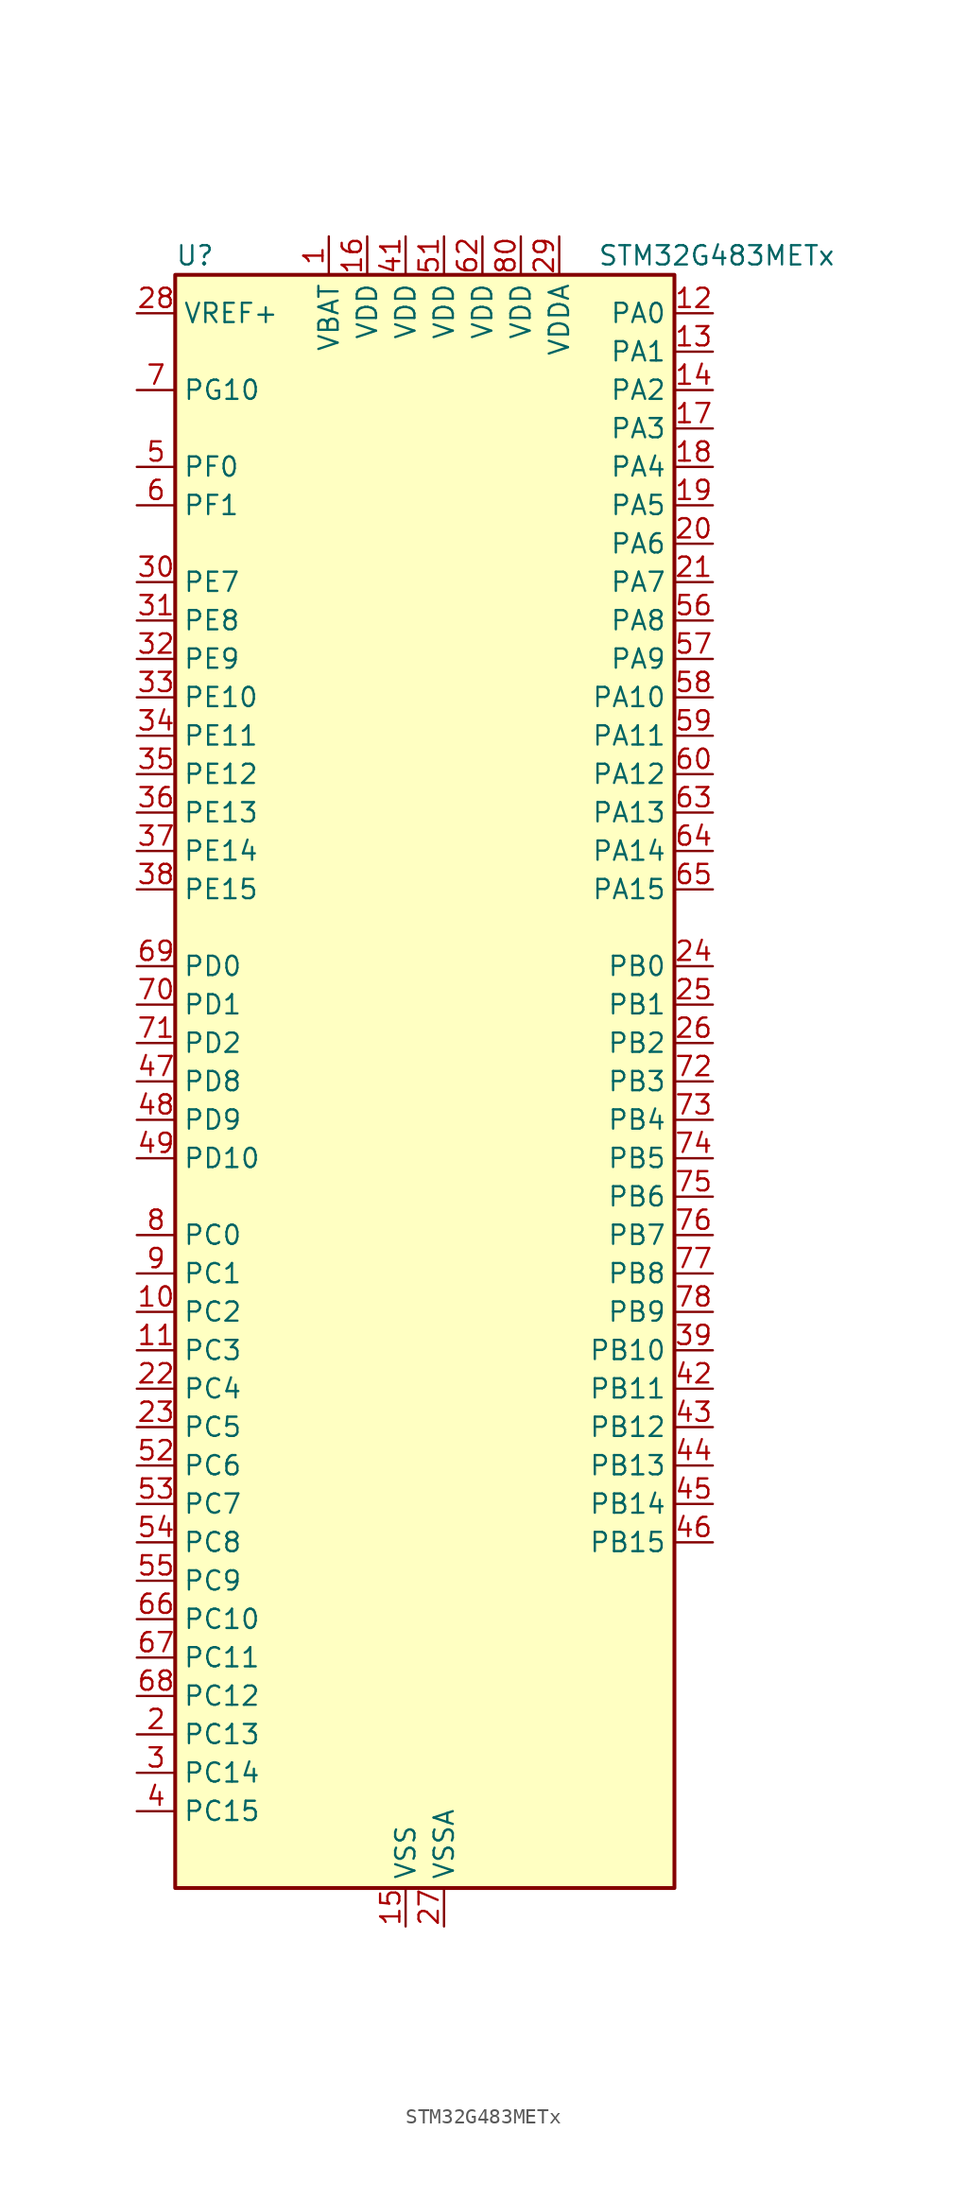
<source format=kicad_sym>
(kicad_symbol_lib
  (version 20220914)
  (generator kicad_symbol_editor)
  (symbol "STM32G483METx"
    (property "Reference" "U"
      (at -15.24 54.61 0)
      (effects (font (size 1.27 1.27)) (justify left)))
    (property "Value" "STM32G483METx"
      (at 12.7 54.61 0)
      (effects (font (size 1.27 1.27)) (justify left)))
    (property "ki_locked" ""
      (at 0 0 0)
      (effects (font (size 1.27 1.27))))
    (symbol "STM32G483METx_0_1"
      (rectangle (start -15.24 -53.34) (end 17.78 53.34) (stroke (width 0.254) (type default)) (fill (type background))))
    (symbol "STM32G483METx_1_1"
      (pin power_in line (at -5.08 55.88 270) (length 2.54) (name "VBAT" (effects (font (size 1.27 1.27)))) (number "1" (effects (font (size 1.27 1.27)))))
      (pin bidirectional line (at -17.78 -15.24 0) (length 2.54) (name "PC2" (effects (font (size 1.27 1.27)))) (number "10" (effects (font (size 1.27 1.27)))) (alternate "ADC1_IN8" bidirectional line) (alternate "ADC2_IN8" bidirectional line) (alternate "ADC3_EXTI2" bidirectional line) (alternate "ADC4_EXTI2" bidirectional line) (alternate "ADC5_EXTI2" bidirectional line) (alternate "COMP3_OUT" bidirectional line) (alternate "LPTIM1_IN2" bidirectional line) (alternate "QUADSPI1_BK2_IO1" bidirectional line) (alternate "TIM1_CH3" bidirectional line) (alternate "TIM20_CH2" bidirectional line))
      (pin bidirectional line (at -17.78 -17.78 0) (length 2.54) (name "PC3" (effects (font (size 1.27 1.27)))) (number "11" (effects (font (size 1.27 1.27)))) (alternate "ADC1_IN9" bidirectional line) (alternate "ADC2_IN9" bidirectional line) (alternate "ADC3_EXTI3" bidirectional line) (alternate "ADC4_EXTI3" bidirectional line) (alternate "ADC5_EXTI3" bidirectional line) (alternate "LPTIM1_ETR" bidirectional line) (alternate "OPAMP5_VINP" bidirectional line) (alternate "OPAMP5_VINP_SEC" bidirectional line) (alternate "QUADSPI1_BK2_IO2" bidirectional line) (alternate "SAI1_D1" bidirectional line) (alternate "SAI1_SD_A" bidirectional line) (alternate "TIM1_BKIN2" bidirectional line) (alternate "TIM1_CH4" bidirectional line))
      (pin bidirectional line (at 20.32 50.8 180) (length 2.54) (name "PA0" (effects (font (size 1.27 1.27)))) (number "12" (effects (font (size 1.27 1.27)))) (alternate "ADC1_IN1" bidirectional line) (alternate "ADC2_IN1" bidirectional line) (alternate "COMP1_INM" bidirectional line) (alternate "COMP1_OUT" bidirectional line) (alternate "COMP3_INP" bidirectional line) (alternate "RTC_TAMP2" bidirectional line) (alternate "SYS_WKUP1" bidirectional line) (alternate "TIM2_CH1" bidirectional line) (alternate "TIM2_ETR" bidirectional line) (alternate "TIM5_CH1" bidirectional line) (alternate "TIM8_BKIN" bidirectional line) (alternate "TIM8_ETR" bidirectional line) (alternate "USART2_CTS" bidirectional line) (alternate "USART2_NSS" bidirectional line))
      (pin bidirectional line (at 20.32 48.26 180) (length 2.54) (name "PA1" (effects (font (size 1.27 1.27)))) (number "13" (effects (font (size 1.27 1.27)))) (alternate "ADC1_IN2" bidirectional line) (alternate "ADC2_IN2" bidirectional line) (alternate "COMP1_INP" bidirectional line) (alternate "OPAMP1_VINP" bidirectional line) (alternate "OPAMP1_VINP_SEC" bidirectional line) (alternate "OPAMP3_VINP" bidirectional line) (alternate "OPAMP3_VINP_SEC" bidirectional line) (alternate "OPAMP6_VINM" bidirectional line) (alternate "OPAMP6_VINM0" bidirectional line) (alternate "OPAMP6_VINM_SEC" bidirectional line) (alternate "RTC_REFIN" bidirectional line) (alternate "TIM15_CH1N" bidirectional line) (alternate "TIM2_CH2" bidirectional line) (alternate "TIM5_CH2" bidirectional line) (alternate "USART2_DE" bidirectional line) (alternate "USART2_RTS" bidirectional line))
      (pin bidirectional line (at 20.32 45.72 180) (length 2.54) (name "PA2" (effects (font (size 1.27 1.27)))) (number "14" (effects (font (size 1.27 1.27)))) (alternate "ADC1_IN3" bidirectional line) (alternate "ADC3_EXTI2" bidirectional line) (alternate "ADC4_EXTI2" bidirectional line) (alternate "ADC5_EXTI2" bidirectional line) (alternate "COMP2_INM" bidirectional line) (alternate "COMP2_OUT" bidirectional line) (alternate "LPUART1_TX" bidirectional line) (alternate "OPAMP1_VOUT" bidirectional line) (alternate "QUADSPI1_BK1_NCS" bidirectional line) (alternate "RCC_LSCO" bidirectional line) (alternate "SYS_WKUP4" bidirectional line) (alternate "TIM15_CH1" bidirectional line) (alternate "TIM2_CH3" bidirectional line) (alternate "TIM5_CH3" bidirectional line) (alternate "UCPD1_FRSTX1" bidirectional line) (alternate "UCPD1_FRSTX2" bidirectional line) (alternate "USART2_TX" bidirectional line))
      (pin power_in line (at 0 -55.88 90) (length 2.54) (name "VSS" (effects (font (size 1.27 1.27)))) (number "15" (effects (font (size 1.27 1.27)))))
      (pin power_in line (at -2.54 55.88 270) (length 2.54) (name "VDD" (effects (font (size 1.27 1.27)))) (number "16" (effects (font (size 1.27 1.27)))))
      (pin bidirectional line (at 20.32 43.18 180) (length 2.54) (name "PA3" (effects (font (size 1.27 1.27)))) (number "17" (effects (font (size 1.27 1.27)))) (alternate "ADC1_IN4" bidirectional line) (alternate "ADC3_EXTI3" bidirectional line) (alternate "ADC4_EXTI3" bidirectional line) (alternate "ADC5_EXTI3" bidirectional line) (alternate "COMP2_INP" bidirectional line) (alternate "LPUART1_RX" bidirectional line) (alternate "OPAMP1_VINM" bidirectional line) (alternate "OPAMP1_VINM0" bidirectional line) (alternate "OPAMP1_VINM_SEC" bidirectional line) (alternate "OPAMP1_VINP" bidirectional line) (alternate "OPAMP1_VINP_SEC" bidirectional line) (alternate "OPAMP5_VINM" bidirectional line) (alternate "OPAMP5_VINM1" bidirectional line) (alternate "OPAMP5_VINM_SEC" bidirectional line) (alternate "QUADSPI1_CLK" bidirectional line) (alternate "SAI1_CK1" bidirectional line) (alternate "SAI1_MCLK_A" bidirectional line) (alternate "TIM15_CH2" bidirectional line) (alternate "TIM2_CH4" bidirectional line) (alternate "TIM5_CH4" bidirectional line) (alternate "USART2_RX" bidirectional line))
      (pin bidirectional line (at 20.32 40.64 180) (length 2.54) (name "PA4" (effects (font (size 1.27 1.27)))) (number "18" (effects (font (size 1.27 1.27)))) (alternate "ADC2_IN17" bidirectional line) (alternate "COMP1_INM" bidirectional line) (alternate "DAC1_OUT1" bidirectional line) (alternate "I2S3_WS" bidirectional line) (alternate "SAI1_FS_B" bidirectional line) (alternate "SPI1_NSS" bidirectional line) (alternate "SPI3_NSS" bidirectional line) (alternate "TIM3_CH2" bidirectional line) (alternate "USART2_CK" bidirectional line))
      (pin bidirectional line (at 20.32 38.1 180) (length 2.54) (name "PA5" (effects (font (size 1.27 1.27)))) (number "19" (effects (font (size 1.27 1.27)))) (alternate "ADC2_IN13" bidirectional line) (alternate "COMP2_INM" bidirectional line) (alternate "DAC1_OUT2" bidirectional line) (alternate "OPAMP2_VINM" bidirectional line) (alternate "OPAMP2_VINM0" bidirectional line) (alternate "OPAMP2_VINM_SEC" bidirectional line) (alternate "SPI1_SCK" bidirectional line) (alternate "TIM2_CH1" bidirectional line) (alternate "TIM2_ETR" bidirectional line) (alternate "UCPD1_FRSTX1" bidirectional line) (alternate "UCPD1_FRSTX2" bidirectional line))
      (pin bidirectional line (at -17.78 -43.18 0) (length 2.54) (name "PC13" (effects (font (size 1.27 1.27)))) (number "2" (effects (font (size 1.27 1.27)))) (alternate "RTC_OUT1" bidirectional line) (alternate "RTC_TAMP1" bidirectional line) (alternate "RTC_TS" bidirectional line) (alternate "SYS_WKUP2" bidirectional line) (alternate "TIM1_BKIN" bidirectional line) (alternate "TIM1_CH1N" bidirectional line) (alternate "TIM8_CH4N" bidirectional line))
      (pin bidirectional line (at 20.32 35.56 180) (length 2.54) (name "PA6" (effects (font (size 1.27 1.27)))) (number "20" (effects (font (size 1.27 1.27)))) (alternate "ADC2_IN3" bidirectional line) (alternate "COMP1_OUT" bidirectional line) (alternate "DAC2_OUT1" bidirectional line) (alternate "LPUART1_CTS" bidirectional line) (alternate "OPAMP2_VOUT" bidirectional line) (alternate "QUADSPI1_BK1_IO3" bidirectional line) (alternate "SPI1_MISO" bidirectional line) (alternate "TIM16_CH1" bidirectional line) (alternate "TIM1_BKIN" bidirectional line) (alternate "TIM3_CH1" bidirectional line) (alternate "TIM8_BKIN" bidirectional line))
      (pin bidirectional line (at 20.32 33.02 180) (length 2.54) (name "PA7" (effects (font (size 1.27 1.27)))) (number "21" (effects (font (size 1.27 1.27)))) (alternate "ADC2_IN4" bidirectional line) (alternate "COMP2_INP" bidirectional line) (alternate "COMP2_OUT" bidirectional line) (alternate "OPAMP1_VINP" bidirectional line) (alternate "OPAMP1_VINP_SEC" bidirectional line) (alternate "OPAMP2_VINP" bidirectional line) (alternate "OPAMP2_VINP_SEC" bidirectional line) (alternate "QUADSPI1_BK1_IO2" bidirectional line) (alternate "SPI1_MOSI" bidirectional line) (alternate "TIM17_CH1" bidirectional line) (alternate "TIM1_CH1N" bidirectional line) (alternate "TIM3_CH2" bidirectional line) (alternate "TIM8_CH1N" bidirectional line) (alternate "UCPD1_FRSTX1" bidirectional line) (alternate "UCPD1_FRSTX2" bidirectional line))
      (pin bidirectional line (at -17.78 -20.32 0) (length 2.54) (name "PC4" (effects (font (size 1.27 1.27)))) (number "22" (effects (font (size 1.27 1.27)))) (alternate "ADC2_IN5" bidirectional line) (alternate "I2C2_SCL" bidirectional line) (alternate "QUADSPI1_BK2_IO3" bidirectional line) (alternate "TIM1_ETR" bidirectional line) (alternate "USART1_TX" bidirectional line))
      (pin bidirectional line (at -17.78 -22.86 0) (length 2.54) (name "PC5" (effects (font (size 1.27 1.27)))) (number "23" (effects (font (size 1.27 1.27)))) (alternate "ADC2_IN11" bidirectional line) (alternate "OPAMP1_VINM" bidirectional line) (alternate "OPAMP1_VINM1" bidirectional line) (alternate "OPAMP1_VINM_SEC" bidirectional line) (alternate "OPAMP2_VINM" bidirectional line) (alternate "OPAMP2_VINM1" bidirectional line) (alternate "OPAMP2_VINM_SEC" bidirectional line) (alternate "SAI1_D3" bidirectional line) (alternate "SYS_WKUP5" bidirectional line) (alternate "TIM15_BKIN" bidirectional line) (alternate "TIM1_CH4N" bidirectional line) (alternate "USART1_RX" bidirectional line))
      (pin bidirectional line (at 20.32 7.62 180) (length 2.54) (name "PB0" (effects (font (size 1.27 1.27)))) (number "24" (effects (font (size 1.27 1.27)))) (alternate "ADC1_IN15" bidirectional line) (alternate "ADC3_IN12" bidirectional line) (alternate "COMP4_INP" bidirectional line) (alternate "OPAMP2_VINP" bidirectional line) (alternate "OPAMP2_VINP_SEC" bidirectional line) (alternate "OPAMP3_VINP" bidirectional line) (alternate "OPAMP3_VINP_SEC" bidirectional line) (alternate "QUADSPI1_BK1_IO1" bidirectional line) (alternate "TIM1_CH2N" bidirectional line) (alternate "TIM3_CH3" bidirectional line) (alternate "TIM8_CH2N" bidirectional line) (alternate "UCPD1_FRSTX1" bidirectional line) (alternate "UCPD1_FRSTX2" bidirectional line))
      (pin bidirectional line (at 20.32 5.08 180) (length 2.54) (name "PB1" (effects (font (size 1.27 1.27)))) (number "25" (effects (font (size 1.27 1.27)))) (alternate "ADC1_IN12" bidirectional line) (alternate "ADC3_IN1" bidirectional line) (alternate "COMP1_INP" bidirectional line) (alternate "COMP4_OUT" bidirectional line) (alternate "LPUART1_DE" bidirectional line) (alternate "LPUART1_RTS" bidirectional line) (alternate "OPAMP3_VOUT" bidirectional line) (alternate "OPAMP6_VINM" bidirectional line) (alternate "OPAMP6_VINM1" bidirectional line) (alternate "OPAMP6_VINM_SEC" bidirectional line) (alternate "QUADSPI1_BK1_IO0" bidirectional line) (alternate "TIM1_CH3N" bidirectional line) (alternate "TIM3_CH4" bidirectional line) (alternate "TIM8_CH3N" bidirectional line))
      (pin bidirectional line (at 20.32 2.54 180) (length 2.54) (name "PB2" (effects (font (size 1.27 1.27)))) (number "26" (effects (font (size 1.27 1.27)))) (alternate "ADC2_IN12" bidirectional line) (alternate "ADC3_EXTI2" bidirectional line) (alternate "ADC4_EXTI2" bidirectional line) (alternate "ADC5_EXTI2" bidirectional line) (alternate "COMP4_INM" bidirectional line) (alternate "I2C3_SMBA" bidirectional line) (alternate "LPTIM1_OUT" bidirectional line) (alternate "OPAMP3_VINM" bidirectional line) (alternate "OPAMP3_VINM0" bidirectional line) (alternate "OPAMP3_VINM_SEC" bidirectional line) (alternate "QUADSPI1_BK2_IO1" bidirectional line) (alternate "RTC_OUT2" bidirectional line) (alternate "TIM20_CH1" bidirectional line) (alternate "TIM5_CH1" bidirectional line))
      (pin power_in line (at 2.54 -55.88 90) (length 2.54) (name "VSSA" (effects (font (size 1.27 1.27)))) (number "27" (effects (font (size 1.27 1.27)))))
      (pin input line (at -17.78 50.8 0) (length 2.54) (name "VREF+" (effects (font (size 1.27 1.27)))) (number "28" (effects (font (size 1.27 1.27)))) (alternate "VREFBUF_OUT" bidirectional line))
      (pin power_in line (at 10.16 55.88 270) (length 2.54) (name "VDDA" (effects (font (size 1.27 1.27)))) (number "29" (effects (font (size 1.27 1.27)))))
      (pin bidirectional line (at -17.78 -45.72 0) (length 2.54) (name "PC14" (effects (font (size 1.27 1.27)))) (number "3" (effects (font (size 1.27 1.27)))) (alternate "RCC_OSC32_IN" bidirectional line))
      (pin bidirectional line (at -17.78 33.02 0) (length 2.54) (name "PE7" (effects (font (size 1.27 1.27)))) (number "30" (effects (font (size 1.27 1.27)))) (alternate "ADC3_IN4" bidirectional line) (alternate "COMP4_INP" bidirectional line) (alternate "SAI1_SD_B" bidirectional line) (alternate "TIM1_ETR" bidirectional line))
      (pin bidirectional line (at -17.78 30.48 0) (length 2.54) (name "PE8" (effects (font (size 1.27 1.27)))) (number "31" (effects (font (size 1.27 1.27)))) (alternate "ADC3_IN6" bidirectional line) (alternate "ADC4_IN6" bidirectional line) (alternate "ADC5_IN6" bidirectional line) (alternate "COMP4_INM" bidirectional line) (alternate "SAI1_SCK_B" bidirectional line) (alternate "TIM1_CH1N" bidirectional line) (alternate "TIM5_CH3" bidirectional line))
      (pin bidirectional line (at -17.78 27.94 0) (length 2.54) (name "PE9" (effects (font (size 1.27 1.27)))) (number "32" (effects (font (size 1.27 1.27)))) (alternate "ADC3_IN2" bidirectional line) (alternate "DAC1_EXTI9" bidirectional line) (alternate "DAC2_EXTI9" bidirectional line) (alternate "DAC3_EXTI9" bidirectional line) (alternate "DAC4_EXTI9" bidirectional line) (alternate "SAI1_FS_B" bidirectional line) (alternate "TIM1_CH1" bidirectional line) (alternate "TIM5_CH4" bidirectional line))
      (pin bidirectional line (at -17.78 25.4 0) (length 2.54) (name "PE10" (effects (font (size 1.27 1.27)))) (number "33" (effects (font (size 1.27 1.27)))) (alternate "ADC3_IN14" bidirectional line) (alternate "ADC4_IN14" bidirectional line) (alternate "ADC5_IN14" bidirectional line) (alternate "DAC1_EXTI10" bidirectional line) (alternate "DAC2_EXTI10" bidirectional line) (alternate "DAC3_EXTI10" bidirectional line) (alternate "DAC4_EXTI10" bidirectional line) (alternate "QUADSPI1_CLK" bidirectional line) (alternate "SAI1_MCLK_B" bidirectional line) (alternate "TIM1_CH2N" bidirectional line))
      (pin bidirectional line (at -17.78 22.86 0) (length 2.54) (name "PE11" (effects (font (size 1.27 1.27)))) (number "34" (effects (font (size 1.27 1.27)))) (alternate "ADC1_EXTI11" bidirectional line) (alternate "ADC2_EXTI11" bidirectional line) (alternate "ADC3_IN15" bidirectional line) (alternate "ADC4_IN15" bidirectional line) (alternate "ADC5_IN15" bidirectional line) (alternate "QUADSPI1_BK1_NCS" bidirectional line) (alternate "SPI4_NSS" bidirectional line) (alternate "TIM1_CH2" bidirectional line))
      (pin bidirectional line (at -17.78 20.32 0) (length 2.54) (name "PE12" (effects (font (size 1.27 1.27)))) (number "35" (effects (font (size 1.27 1.27)))) (alternate "ADC3_IN16" bidirectional line) (alternate "ADC4_IN16" bidirectional line) (alternate "ADC5_IN16" bidirectional line) (alternate "QUADSPI1_BK1_IO0" bidirectional line) (alternate "SPI4_SCK" bidirectional line) (alternate "TIM1_CH3N" bidirectional line))
      (pin bidirectional line (at -17.78 17.78 0) (length 2.54) (name "PE13" (effects (font (size 1.27 1.27)))) (number "36" (effects (font (size 1.27 1.27)))) (alternate "ADC3_IN3" bidirectional line) (alternate "QUADSPI1_BK1_IO1" bidirectional line) (alternate "SPI4_MISO" bidirectional line) (alternate "TIM1_CH3" bidirectional line))
      (pin bidirectional line (at -17.78 15.24 0) (length 2.54) (name "PE14" (effects (font (size 1.27 1.27)))) (number "37" (effects (font (size 1.27 1.27)))) (alternate "ADC4_IN1" bidirectional line) (alternate "QUADSPI1_BK1_IO2" bidirectional line) (alternate "SPI4_MOSI" bidirectional line) (alternate "TIM1_BKIN2" bidirectional line) (alternate "TIM1_CH4" bidirectional line))
      (pin bidirectional line (at -17.78 12.7 0) (length 2.54) (name "PE15" (effects (font (size 1.27 1.27)))) (number "38" (effects (font (size 1.27 1.27)))) (alternate "ADC1_EXTI15" bidirectional line) (alternate "ADC2_EXTI15" bidirectional line) (alternate "ADC4_IN2" bidirectional line) (alternate "QUADSPI1_BK1_IO3" bidirectional line) (alternate "TIM1_BKIN" bidirectional line) (alternate "TIM1_CH4N" bidirectional line) (alternate "USART3_RX" bidirectional line))
      (pin bidirectional line (at 20.32 -17.78 180) (length 2.54) (name "PB10" (effects (font (size 1.27 1.27)))) (number "39" (effects (font (size 1.27 1.27)))) (alternate "COMP5_INM" bidirectional line) (alternate "DAC1_EXTI10" bidirectional line) (alternate "DAC2_EXTI10" bidirectional line) (alternate "DAC3_EXTI10" bidirectional line) (alternate "DAC4_EXTI10" bidirectional line) (alternate "LPUART1_RX" bidirectional line) (alternate "OPAMP3_VINM" bidirectional line) (alternate "OPAMP3_VINM1" bidirectional line) (alternate "OPAMP3_VINM_SEC" bidirectional line) (alternate "OPAMP4_VINM" bidirectional line) (alternate "OPAMP4_VINM0" bidirectional line) (alternate "OPAMP4_VINM_SEC" bidirectional line) (alternate "QUADSPI1_CLK" bidirectional line) (alternate "SAI1_SCK_A" bidirectional line) (alternate "TIM1_BKIN" bidirectional line) (alternate "TIM2_CH3" bidirectional line) (alternate "USART3_TX" bidirectional line))
      (pin bidirectional line (at -17.78 -48.26 0) (length 2.54) (name "PC15" (effects (font (size 1.27 1.27)))) (number "4" (effects (font (size 1.27 1.27)))) (alternate "ADC1_EXTI15" bidirectional line) (alternate "ADC2_EXTI15" bidirectional line) (alternate "RCC_OSC32_OUT" bidirectional line))
      (pin passive line (at 0 -55.88 90) (length 2.54) hide (name "VSS" (effects (font (size 1.27 1.27)))) (number "40" (effects (font (size 1.27 1.27)))))
      (pin power_in line (at 0 55.88 270) (length 2.54) (name "VDD" (effects (font (size 1.27 1.27)))) (number "41" (effects (font (size 1.27 1.27)))))
      (pin bidirectional line (at 20.32 -20.32 180) (length 2.54) (name "PB11" (effects (font (size 1.27 1.27)))) (number "42" (effects (font (size 1.27 1.27)))) (alternate "ADC1_EXTI11" bidirectional line) (alternate "ADC1_IN14" bidirectional line) (alternate "ADC2_EXTI11" bidirectional line) (alternate "ADC2_IN14" bidirectional line) (alternate "COMP6_INP" bidirectional line) (alternate "LPUART1_TX" bidirectional line) (alternate "OPAMP4_VINP" bidirectional line) (alternate "OPAMP4_VINP_SEC" bidirectional line) (alternate "OPAMP6_VOUT" bidirectional line) (alternate "QUADSPI1_BK1_NCS" bidirectional line) (alternate "TIM2_CH4" bidirectional line) (alternate "USART3_RX" bidirectional line))
      (pin bidirectional line (at 20.32 -22.86 180) (length 2.54) (name "PB12" (effects (font (size 1.27 1.27)))) (number "43" (effects (font (size 1.27 1.27)))) (alternate "ADC1_IN11" bidirectional line) (alternate "ADC4_IN3" bidirectional line) (alternate "COMP7_INM" bidirectional line) (alternate "FDCAN2_RX" bidirectional line) (alternate "I2C2_SMBA" bidirectional line) (alternate "I2S2_WS" bidirectional line) (alternate "LPUART1_DE" bidirectional line) (alternate "LPUART1_RTS" bidirectional line) (alternate "OPAMP4_VOUT" bidirectional line) (alternate "OPAMP6_VINP" bidirectional line) (alternate "OPAMP6_VINP_SEC" bidirectional line) (alternate "SPI2_NSS" bidirectional line) (alternate "TIM1_BKIN" bidirectional line) (alternate "TIM5_ETR" bidirectional line) (alternate "USART3_CK" bidirectional line))
      (pin bidirectional line (at 20.32 -25.4 180) (length 2.54) (name "PB13" (effects (font (size 1.27 1.27)))) (number "44" (effects (font (size 1.27 1.27)))) (alternate "ADC3_IN5" bidirectional line) (alternate "COMP5_INP" bidirectional line) (alternate "FDCAN2_TX" bidirectional line) (alternate "I2S2_CK" bidirectional line) (alternate "LPUART1_CTS" bidirectional line) (alternate "OPAMP3_VINP" bidirectional line) (alternate "OPAMP3_VINP_SEC" bidirectional line) (alternate "OPAMP4_VINP" bidirectional line) (alternate "OPAMP4_VINP_SEC" bidirectional line) (alternate "OPAMP6_VINP" bidirectional line) (alternate "OPAMP6_VINP_SEC" bidirectional line) (alternate "SPI2_SCK" bidirectional line) (alternate "TIM1_CH1N" bidirectional line) (alternate "USART3_CTS" bidirectional line) (alternate "USART3_NSS" bidirectional line))
      (pin bidirectional line (at 20.32 -27.94 180) (length 2.54) (name "PB14" (effects (font (size 1.27 1.27)))) (number "45" (effects (font (size 1.27 1.27)))) (alternate "ADC1_IN5" bidirectional line) (alternate "ADC4_IN4" bidirectional line) (alternate "COMP4_OUT" bidirectional line) (alternate "COMP7_INP" bidirectional line) (alternate "OPAMP2_VINP" bidirectional line) (alternate "OPAMP2_VINP_SEC" bidirectional line) (alternate "OPAMP5_VINP" bidirectional line) (alternate "OPAMP5_VINP_SEC" bidirectional line) (alternate "SPI2_MISO" bidirectional line) (alternate "TIM15_CH1" bidirectional line) (alternate "TIM1_CH2N" bidirectional line) (alternate "USART3_DE" bidirectional line) (alternate "USART3_RTS" bidirectional line))
      (pin bidirectional line (at 20.32 -30.48 180) (length 2.54) (name "PB15" (effects (font (size 1.27 1.27)))) (number "46" (effects (font (size 1.27 1.27)))) (alternate "ADC1_EXTI15" bidirectional line) (alternate "ADC2_EXTI15" bidirectional line) (alternate "ADC2_IN15" bidirectional line) (alternate "ADC4_IN5" bidirectional line) (alternate "COMP3_OUT" bidirectional line) (alternate "COMP6_INM" bidirectional line) (alternate "I2S2_SD" bidirectional line) (alternate "OPAMP5_VINM" bidirectional line) (alternate "OPAMP5_VINM0" bidirectional line) (alternate "OPAMP5_VINM_SEC" bidirectional line) (alternate "RTC_REFIN" bidirectional line) (alternate "SPI2_MOSI" bidirectional line) (alternate "TIM15_CH1N" bidirectional line) (alternate "TIM15_CH2" bidirectional line) (alternate "TIM1_CH3N" bidirectional line))
      (pin bidirectional line (at -17.78 0 0) (length 2.54) (name "PD8" (effects (font (size 1.27 1.27)))) (number "47" (effects (font (size 1.27 1.27)))) (alternate "ADC4_IN12" bidirectional line) (alternate "ADC5_IN12" bidirectional line) (alternate "OPAMP4_VINM" bidirectional line) (alternate "OPAMP4_VINM1" bidirectional line) (alternate "OPAMP4_VINM_SEC" bidirectional line) (alternate "USART3_TX" bidirectional line))
      (pin bidirectional line (at -17.78 -2.54 0) (length 2.54) (name "PD9" (effects (font (size 1.27 1.27)))) (number "48" (effects (font (size 1.27 1.27)))) (alternate "ADC4_IN13" bidirectional line) (alternate "ADC5_IN13" bidirectional line) (alternate "DAC1_EXTI9" bidirectional line) (alternate "DAC2_EXTI9" bidirectional line) (alternate "DAC3_EXTI9" bidirectional line) (alternate "DAC4_EXTI9" bidirectional line) (alternate "OPAMP6_VINP" bidirectional line) (alternate "OPAMP6_VINP_SEC" bidirectional line) (alternate "USART3_RX" bidirectional line))
      (pin bidirectional line (at -17.78 -5.08 0) (length 2.54) (name "PD10" (effects (font (size 1.27 1.27)))) (number "49" (effects (font (size 1.27 1.27)))) (alternate "ADC3_IN7" bidirectional line) (alternate "ADC4_IN7" bidirectional line) (alternate "ADC5_IN7" bidirectional line) (alternate "COMP6_INM" bidirectional line) (alternate "DAC1_EXTI10" bidirectional line) (alternate "DAC2_EXTI10" bidirectional line) (alternate "DAC3_EXTI10" bidirectional line) (alternate "DAC4_EXTI10" bidirectional line) (alternate "USART3_CK" bidirectional line))
      (pin bidirectional line (at -17.78 40.64 0) (length 2.54) (name "PF0" (effects (font (size 1.27 1.27)))) (number "5" (effects (font (size 1.27 1.27)))) (alternate "ADC1_IN10" bidirectional line) (alternate "I2C2_SDA" bidirectional line) (alternate "I2S2_WS" bidirectional line) (alternate "RCC_OSC_IN" bidirectional line) (alternate "SPI2_NSS" bidirectional line) (alternate "TIM1_CH3N" bidirectional line))
      (pin passive line (at 0 -55.88 90) (length 2.54) hide (name "VSS" (effects (font (size 1.27 1.27)))) (number "50" (effects (font (size 1.27 1.27)))))
      (pin power_in line (at 2.54 55.88 270) (length 2.54) (name "VDD" (effects (font (size 1.27 1.27)))) (number "51" (effects (font (size 1.27 1.27)))))
      (pin bidirectional line (at -17.78 -25.4 0) (length 2.54) (name "PC6" (effects (font (size 1.27 1.27)))) (number "52" (effects (font (size 1.27 1.27)))) (alternate "COMP6_OUT" bidirectional line) (alternate "I2C4_SCL" bidirectional line) (alternate "I2S2_MCK" bidirectional line) (alternate "TIM3_CH1" bidirectional line) (alternate "TIM8_CH1" bidirectional line))
      (pin bidirectional line (at -17.78 -27.94 0) (length 2.54) (name "PC7" (effects (font (size 1.27 1.27)))) (number "53" (effects (font (size 1.27 1.27)))) (alternate "COMP5_OUT" bidirectional line) (alternate "I2C4_SDA" bidirectional line) (alternate "I2S3_MCK" bidirectional line) (alternate "TIM3_CH2" bidirectional line) (alternate "TIM8_CH2" bidirectional line))
      (pin bidirectional line (at -17.78 -30.48 0) (length 2.54) (name "PC8" (effects (font (size 1.27 1.27)))) (number "54" (effects (font (size 1.27 1.27)))) (alternate "COMP7_OUT" bidirectional line) (alternate "I2C3_SCL" bidirectional line) (alternate "TIM20_CH3" bidirectional line) (alternate "TIM3_CH3" bidirectional line) (alternate "TIM8_CH3" bidirectional line))
      (pin bidirectional line (at -17.78 -33.02 0) (length 2.54) (name "PC9" (effects (font (size 1.27 1.27)))) (number "55" (effects (font (size 1.27 1.27)))) (alternate "DAC1_EXTI9" bidirectional line) (alternate "DAC2_EXTI9" bidirectional line) (alternate "DAC3_EXTI9" bidirectional line) (alternate "DAC4_EXTI9" bidirectional line) (alternate "I2C3_SDA" bidirectional line) (alternate "I2S_CKIN" bidirectional line) (alternate "TIM3_CH4" bidirectional line) (alternate "TIM8_BKIN2" bidirectional line) (alternate "TIM8_CH4" bidirectional line))
      (pin bidirectional line (at 20.32 30.48 180) (length 2.54) (name "PA8" (effects (font (size 1.27 1.27)))) (number "56" (effects (font (size 1.27 1.27)))) (alternate "ADC5_IN1" bidirectional line) (alternate "COMP7_OUT" bidirectional line) (alternate "FDCAN3_RX" bidirectional line) (alternate "I2C2_SDA" bidirectional line) (alternate "I2C3_SCL" bidirectional line) (alternate "I2S2_MCK" bidirectional line) (alternate "OPAMP5_VOUT" bidirectional line) (alternate "RCC_MCO" bidirectional line) (alternate "SAI1_CK2" bidirectional line) (alternate "SAI1_SCK_A" bidirectional line) (alternate "TIM1_CH1" bidirectional line) (alternate "TIM4_ETR" bidirectional line) (alternate "USART1_CK" bidirectional line))
      (pin bidirectional line (at 20.32 27.94 180) (length 2.54) (name "PA9" (effects (font (size 1.27 1.27)))) (number "57" (effects (font (size 1.27 1.27)))) (alternate "ADC5_IN2" bidirectional line) (alternate "COMP5_OUT" bidirectional line) (alternate "DAC1_EXTI9" bidirectional line) (alternate "DAC2_EXTI9" bidirectional line) (alternate "DAC3_EXTI9" bidirectional line) (alternate "DAC4_EXTI9" bidirectional line) (alternate "I2C2_SCL" bidirectional line) (alternate "I2C3_SMBA" bidirectional line) (alternate "I2S3_MCK" bidirectional line) (alternate "SAI1_FS_A" bidirectional line) (alternate "TIM15_BKIN" bidirectional line) (alternate "TIM1_CH2" bidirectional line) (alternate "TIM2_CH3" bidirectional line) (alternate "UCPD1_DBCC1" bidirectional line) (alternate "USART1_TX" bidirectional line))
      (pin bidirectional line (at 20.32 25.4 180) (length 2.54) (name "PA10" (effects (font (size 1.27 1.27)))) (number "58" (effects (font (size 1.27 1.27)))) (alternate "COMP6_OUT" bidirectional line) (alternate "CRS_SYNC" bidirectional line) (alternate "DAC1_EXTI10" bidirectional line) (alternate "DAC2_EXTI10" bidirectional line) (alternate "DAC3_EXTI10" bidirectional line) (alternate "DAC4_EXTI10" bidirectional line) (alternate "I2C2_SMBA" bidirectional line) (alternate "SAI1_D1" bidirectional line) (alternate "SAI1_SD_A" bidirectional line) (alternate "SPI2_MISO" bidirectional line) (alternate "TIM17_BKIN" bidirectional line) (alternate "TIM1_CH3" bidirectional line) (alternate "TIM2_CH4" bidirectional line) (alternate "TIM8_BKIN" bidirectional line) (alternate "UCPD1_DBCC2" bidirectional line) (alternate "USART1_RX" bidirectional line))
      (pin bidirectional line (at 20.32 22.86 180) (length 2.54) (name "PA11" (effects (font (size 1.27 1.27)))) (number "59" (effects (font (size 1.27 1.27)))) (alternate "ADC1_EXTI11" bidirectional line) (alternate "ADC2_EXTI11" bidirectional line) (alternate "COMP1_OUT" bidirectional line) (alternate "FDCAN1_RX" bidirectional line) (alternate "I2S2_SD" bidirectional line) (alternate "SPI2_MOSI" bidirectional line) (alternate "TIM1_BKIN2" bidirectional line) (alternate "TIM1_CH1N" bidirectional line) (alternate "TIM1_CH4" bidirectional line) (alternate "TIM4_CH1" bidirectional line) (alternate "USART1_CTS" bidirectional line) (alternate "USART1_NSS" bidirectional line) (alternate "USB_DM" bidirectional line))
      (pin bidirectional line (at -17.78 38.1 0) (length 2.54) (name "PF1" (effects (font (size 1.27 1.27)))) (number "6" (effects (font (size 1.27 1.27)))) (alternate "ADC2_IN10" bidirectional line) (alternate "COMP3_INM" bidirectional line) (alternate "I2S2_CK" bidirectional line) (alternate "RCC_OSC_OUT" bidirectional line) (alternate "SPI2_SCK" bidirectional line))
      (pin bidirectional line (at 20.32 20.32 180) (length 2.54) (name "PA12" (effects (font (size 1.27 1.27)))) (number "60" (effects (font (size 1.27 1.27)))) (alternate "COMP2_OUT" bidirectional line) (alternate "FDCAN1_TX" bidirectional line) (alternate "I2S_CKIN" bidirectional line) (alternate "TIM16_CH1" bidirectional line) (alternate "TIM1_CH2N" bidirectional line) (alternate "TIM1_ETR" bidirectional line) (alternate "TIM4_CH2" bidirectional line) (alternate "USART1_DE" bidirectional line) (alternate "USART1_RTS" bidirectional line) (alternate "USB_DP" bidirectional line))
      (pin passive line (at 0 -55.88 90) (length 2.54) hide (name "VSS" (effects (font (size 1.27 1.27)))) (number "61" (effects (font (size 1.27 1.27)))))
      (pin power_in line (at 5.08 55.88 270) (length 2.54) (name "VDD" (effects (font (size 1.27 1.27)))) (number "62" (effects (font (size 1.27 1.27)))))
      (pin bidirectional line (at 20.32 17.78 180) (length 2.54) (name "PA13" (effects (font (size 1.27 1.27)))) (number "63" (effects (font (size 1.27 1.27)))) (alternate "I2C1_SCL" bidirectional line) (alternate "I2C4_SCL" bidirectional line) (alternate "IR_OUT" bidirectional line) (alternate "SAI1_SD_B" bidirectional line) (alternate "SYS_JTMS-SWDIO" bidirectional line) (alternate "TIM16_CH1N" bidirectional line) (alternate "TIM4_CH3" bidirectional line) (alternate "USART3_CTS" bidirectional line) (alternate "USART3_NSS" bidirectional line))
      (pin bidirectional line (at 20.32 15.24 180) (length 2.54) (name "PA14" (effects (font (size 1.27 1.27)))) (number "64" (effects (font (size 1.27 1.27)))) (alternate "I2C1_SDA" bidirectional line) (alternate "I2C4_SMBA" bidirectional line) (alternate "LPTIM1_OUT" bidirectional line) (alternate "SAI1_FS_B" bidirectional line) (alternate "SYS_JTCK-SWCLK" bidirectional line) (alternate "TIM1_BKIN" bidirectional line) (alternate "TIM8_CH2" bidirectional line) (alternate "USART2_TX" bidirectional line))
      (pin bidirectional line (at 20.32 12.7 180) (length 2.54) (name "PA15" (effects (font (size 1.27 1.27)))) (number "65" (effects (font (size 1.27 1.27)))) (alternate "ADC1_EXTI15" bidirectional line) (alternate "ADC2_EXTI15" bidirectional line) (alternate "FDCAN3_TX" bidirectional line) (alternate "I2C1_SCL" bidirectional line) (alternate "I2S3_WS" bidirectional line) (alternate "SPI1_NSS" bidirectional line) (alternate "SPI3_NSS" bidirectional line) (alternate "SYS_JTDI" bidirectional line) (alternate "TIM1_BKIN" bidirectional line) (alternate "TIM2_CH1" bidirectional line) (alternate "TIM2_ETR" bidirectional line) (alternate "TIM8_CH1" bidirectional line) (alternate "UART4_DE" bidirectional line) (alternate "UART4_RTS" bidirectional line) (alternate "USART2_RX" bidirectional line))
      (pin bidirectional line (at -17.78 -35.56 0) (length 2.54) (name "PC10" (effects (font (size 1.27 1.27)))) (number "66" (effects (font (size 1.27 1.27)))) (alternate "DAC1_EXTI10" bidirectional line) (alternate "DAC2_EXTI10" bidirectional line) (alternate "DAC3_EXTI10" bidirectional line) (alternate "DAC4_EXTI10" bidirectional line) (alternate "I2S3_CK" bidirectional line) (alternate "SPI3_SCK" bidirectional line) (alternate "TIM8_CH1N" bidirectional line) (alternate "UART4_TX" bidirectional line) (alternate "USART3_TX" bidirectional line))
      (pin bidirectional line (at -17.78 -38.1 0) (length 2.54) (name "PC11" (effects (font (size 1.27 1.27)))) (number "67" (effects (font (size 1.27 1.27)))) (alternate "ADC1_EXTI11" bidirectional line) (alternate "ADC2_EXTI11" bidirectional line) (alternate "I2C3_SDA" bidirectional line) (alternate "SPI3_MISO" bidirectional line) (alternate "TIM8_CH2N" bidirectional line) (alternate "UART4_RX" bidirectional line) (alternate "USART3_RX" bidirectional line))
      (pin bidirectional line (at -17.78 -40.64 0) (length 2.54) (name "PC12" (effects (font (size 1.27 1.27)))) (number "68" (effects (font (size 1.27 1.27)))) (alternate "I2S3_SD" bidirectional line) (alternate "SPI3_MOSI" bidirectional line) (alternate "TIM5_CH2" bidirectional line) (alternate "TIM8_CH3N" bidirectional line) (alternate "UART5_TX" bidirectional line) (alternate "UCPD1_FRSTX1" bidirectional line) (alternate "UCPD1_FRSTX2" bidirectional line) (alternate "USART3_CK" bidirectional line))
      (pin bidirectional line (at -17.78 7.62 0) (length 2.54) (name "PD0" (effects (font (size 1.27 1.27)))) (number "69" (effects (font (size 1.27 1.27)))) (alternate "FDCAN1_RX" bidirectional line) (alternate "TIM8_CH4N" bidirectional line))
      (pin bidirectional line (at -17.78 45.72 0) (length 2.54) (name "PG10" (effects (font (size 1.27 1.27)))) (number "7" (effects (font (size 1.27 1.27)))) (alternate "DAC1_EXTI10" bidirectional line) (alternate "DAC2_EXTI10" bidirectional line) (alternate "DAC3_EXTI10" bidirectional line) (alternate "DAC4_EXTI10" bidirectional line) (alternate "RCC_MCO" bidirectional line))
      (pin bidirectional line (at -17.78 5.08 0) (length 2.54) (name "PD1" (effects (font (size 1.27 1.27)))) (number "70" (effects (font (size 1.27 1.27)))) (alternate "FDCAN1_TX" bidirectional line) (alternate "TIM8_BKIN2" bidirectional line) (alternate "TIM8_CH4" bidirectional line))
      (pin bidirectional line (at -17.78 2.54 0) (length 2.54) (name "PD2" (effects (font (size 1.27 1.27)))) (number "71" (effects (font (size 1.27 1.27)))) (alternate "ADC3_EXTI2" bidirectional line) (alternate "ADC4_EXTI2" bidirectional line) (alternate "ADC5_EXTI2" bidirectional line) (alternate "TIM3_ETR" bidirectional line) (alternate "TIM8_BKIN" bidirectional line) (alternate "UART5_RX" bidirectional line))
      (pin bidirectional line (at 20.32 0 180) (length 2.54) (name "PB3" (effects (font (size 1.27 1.27)))) (number "72" (effects (font (size 1.27 1.27)))) (alternate "ADC3_EXTI3" bidirectional line) (alternate "ADC4_EXTI3" bidirectional line) (alternate "ADC5_EXTI3" bidirectional line) (alternate "CRS_SYNC" bidirectional line) (alternate "FDCAN3_RX" bidirectional line) (alternate "I2S3_CK" bidirectional line) (alternate "SAI1_SCK_B" bidirectional line) (alternate "SPI1_SCK" bidirectional line) (alternate "SPI3_SCK" bidirectional line) (alternate "SYS_JTDO-SWO" bidirectional line) (alternate "TIM2_CH2" bidirectional line) (alternate "TIM3_ETR" bidirectional line) (alternate "TIM4_ETR" bidirectional line) (alternate "TIM8_CH1N" bidirectional line) (alternate "USART2_TX" bidirectional line))
      (pin bidirectional line (at 20.32 -2.54 180) (length 2.54) (name "PB4" (effects (font (size 1.27 1.27)))) (number "73" (effects (font (size 1.27 1.27)))) (alternate "FDCAN3_TX" bidirectional line) (alternate "SAI1_MCLK_B" bidirectional line) (alternate "SPI1_MISO" bidirectional line) (alternate "SPI3_MISO" bidirectional line) (alternate "SYS_JTRST" bidirectional line) (alternate "TIM16_CH1" bidirectional line) (alternate "TIM17_BKIN" bidirectional line) (alternate "TIM3_CH1" bidirectional line) (alternate "TIM8_CH2N" bidirectional line) (alternate "UART5_DE" bidirectional line) (alternate "UART5_RTS" bidirectional line) (alternate "UCPD1_CC2" bidirectional line) (alternate "USART2_RX" bidirectional line))
      (pin bidirectional line (at 20.32 -5.08 180) (length 2.54) (name "PB5" (effects (font (size 1.27 1.27)))) (number "74" (effects (font (size 1.27 1.27)))) (alternate "FDCAN2_RX" bidirectional line) (alternate "I2C1_SMBA" bidirectional line) (alternate "I2C3_SDA" bidirectional line) (alternate "I2S3_SD" bidirectional line) (alternate "LPTIM1_IN1" bidirectional line) (alternate "SAI1_SD_B" bidirectional line) (alternate "SPI1_MOSI" bidirectional line) (alternate "SPI3_MOSI" bidirectional line) (alternate "TIM16_BKIN" bidirectional line) (alternate "TIM17_CH1" bidirectional line) (alternate "TIM3_CH2" bidirectional line) (alternate "TIM8_CH3N" bidirectional line) (alternate "UART5_CTS" bidirectional line) (alternate "USART2_CK" bidirectional line))
      (pin bidirectional line (at 20.32 -7.62 180) (length 2.54) (name "PB6" (effects (font (size 1.27 1.27)))) (number "75" (effects (font (size 1.27 1.27)))) (alternate "COMP4_OUT" bidirectional line) (alternate "FDCAN2_TX" bidirectional line) (alternate "LPTIM1_ETR" bidirectional line) (alternate "SAI1_FS_B" bidirectional line) (alternate "TIM16_CH1N" bidirectional line) (alternate "TIM4_CH1" bidirectional line) (alternate "TIM8_BKIN2" bidirectional line) (alternate "TIM8_CH1" bidirectional line) (alternate "TIM8_ETR" bidirectional line) (alternate "UCPD1_CC1" bidirectional line) (alternate "USART1_TX" bidirectional line))
      (pin bidirectional line (at 20.32 -10.16 180) (length 2.54) (name "PB7" (effects (font (size 1.27 1.27)))) (number "76" (effects (font (size 1.27 1.27)))) (alternate "COMP3_OUT" bidirectional line) (alternate "I2C1_SDA" bidirectional line) (alternate "I2C4_SDA" bidirectional line) (alternate "LPTIM1_IN2" bidirectional line) (alternate "SYS_PVD_IN" bidirectional line) (alternate "TIM17_CH1N" bidirectional line) (alternate "TIM3_CH4" bidirectional line) (alternate "TIM4_CH2" bidirectional line) (alternate "TIM8_BKIN" bidirectional line) (alternate "UART4_CTS" bidirectional line) (alternate "USART1_RX" bidirectional line))
      (pin bidirectional line (at 20.32 -12.7 180) (length 2.54) (name "PB8" (effects (font (size 1.27 1.27)))) (number "77" (effects (font (size 1.27 1.27)))) (alternate "COMP1_OUT" bidirectional line) (alternate "FDCAN1_RX" bidirectional line) (alternate "I2C1_SCL" bidirectional line) (alternate "SAI1_CK1" bidirectional line) (alternate "SAI1_MCLK_A" bidirectional line) (alternate "TIM16_CH1" bidirectional line) (alternate "TIM1_BKIN" bidirectional line) (alternate "TIM4_CH3" bidirectional line) (alternate "TIM8_CH2" bidirectional line) (alternate "USART3_RX" bidirectional line))
      (pin bidirectional line (at 20.32 -15.24 180) (length 2.54) (name "PB9" (effects (font (size 1.27 1.27)))) (number "78" (effects (font (size 1.27 1.27)))) (alternate "COMP2_OUT" bidirectional line) (alternate "DAC1_EXTI9" bidirectional line) (alternate "DAC2_EXTI9" bidirectional line) (alternate "DAC3_EXTI9" bidirectional line) (alternate "DAC4_EXTI9" bidirectional line) (alternate "FDCAN1_TX" bidirectional line) (alternate "I2C1_SDA" bidirectional line) (alternate "IR_OUT" bidirectional line) (alternate "SAI1_D2" bidirectional line) (alternate "SAI1_FS_A" bidirectional line) (alternate "TIM17_CH1" bidirectional line) (alternate "TIM1_CH3N" bidirectional line) (alternate "TIM4_CH4" bidirectional line) (alternate "TIM8_CH3" bidirectional line) (alternate "USART3_TX" bidirectional line))
      (pin passive line (at 0 -55.88 90) (length 2.54) hide (name "VSS" (effects (font (size 1.27 1.27)))) (number "79" (effects (font (size 1.27 1.27)))))
      (pin bidirectional line (at -17.78 -10.16 0) (length 2.54) (name "PC0" (effects (font (size 1.27 1.27)))) (number "8" (effects (font (size 1.27 1.27)))) (alternate "ADC1_IN6" bidirectional line) (alternate "ADC2_IN6" bidirectional line) (alternate "COMP3_INM" bidirectional line) (alternate "LPTIM1_IN1" bidirectional line) (alternate "LPUART1_RX" bidirectional line) (alternate "TIM1_CH1" bidirectional line))
      (pin power_in line (at 7.62 55.88 270) (length 2.54) (name "VDD" (effects (font (size 1.27 1.27)))) (number "80" (effects (font (size 1.27 1.27)))))
      (pin bidirectional line (at -17.78 -12.7 0) (length 2.54) (name "PC1" (effects (font (size 1.27 1.27)))) (number "9" (effects (font (size 1.27 1.27)))) (alternate "ADC1_IN7" bidirectional line) (alternate "ADC2_IN7" bidirectional line) (alternate "COMP3_INP" bidirectional line) (alternate "LPTIM1_OUT" bidirectional line) (alternate "LPUART1_TX" bidirectional line) (alternate "QUADSPI1_BK2_IO0" bidirectional line) (alternate "SAI1_SD_A" bidirectional line) (alternate "TIM1_CH2" bidirectional line)))))
</source>
